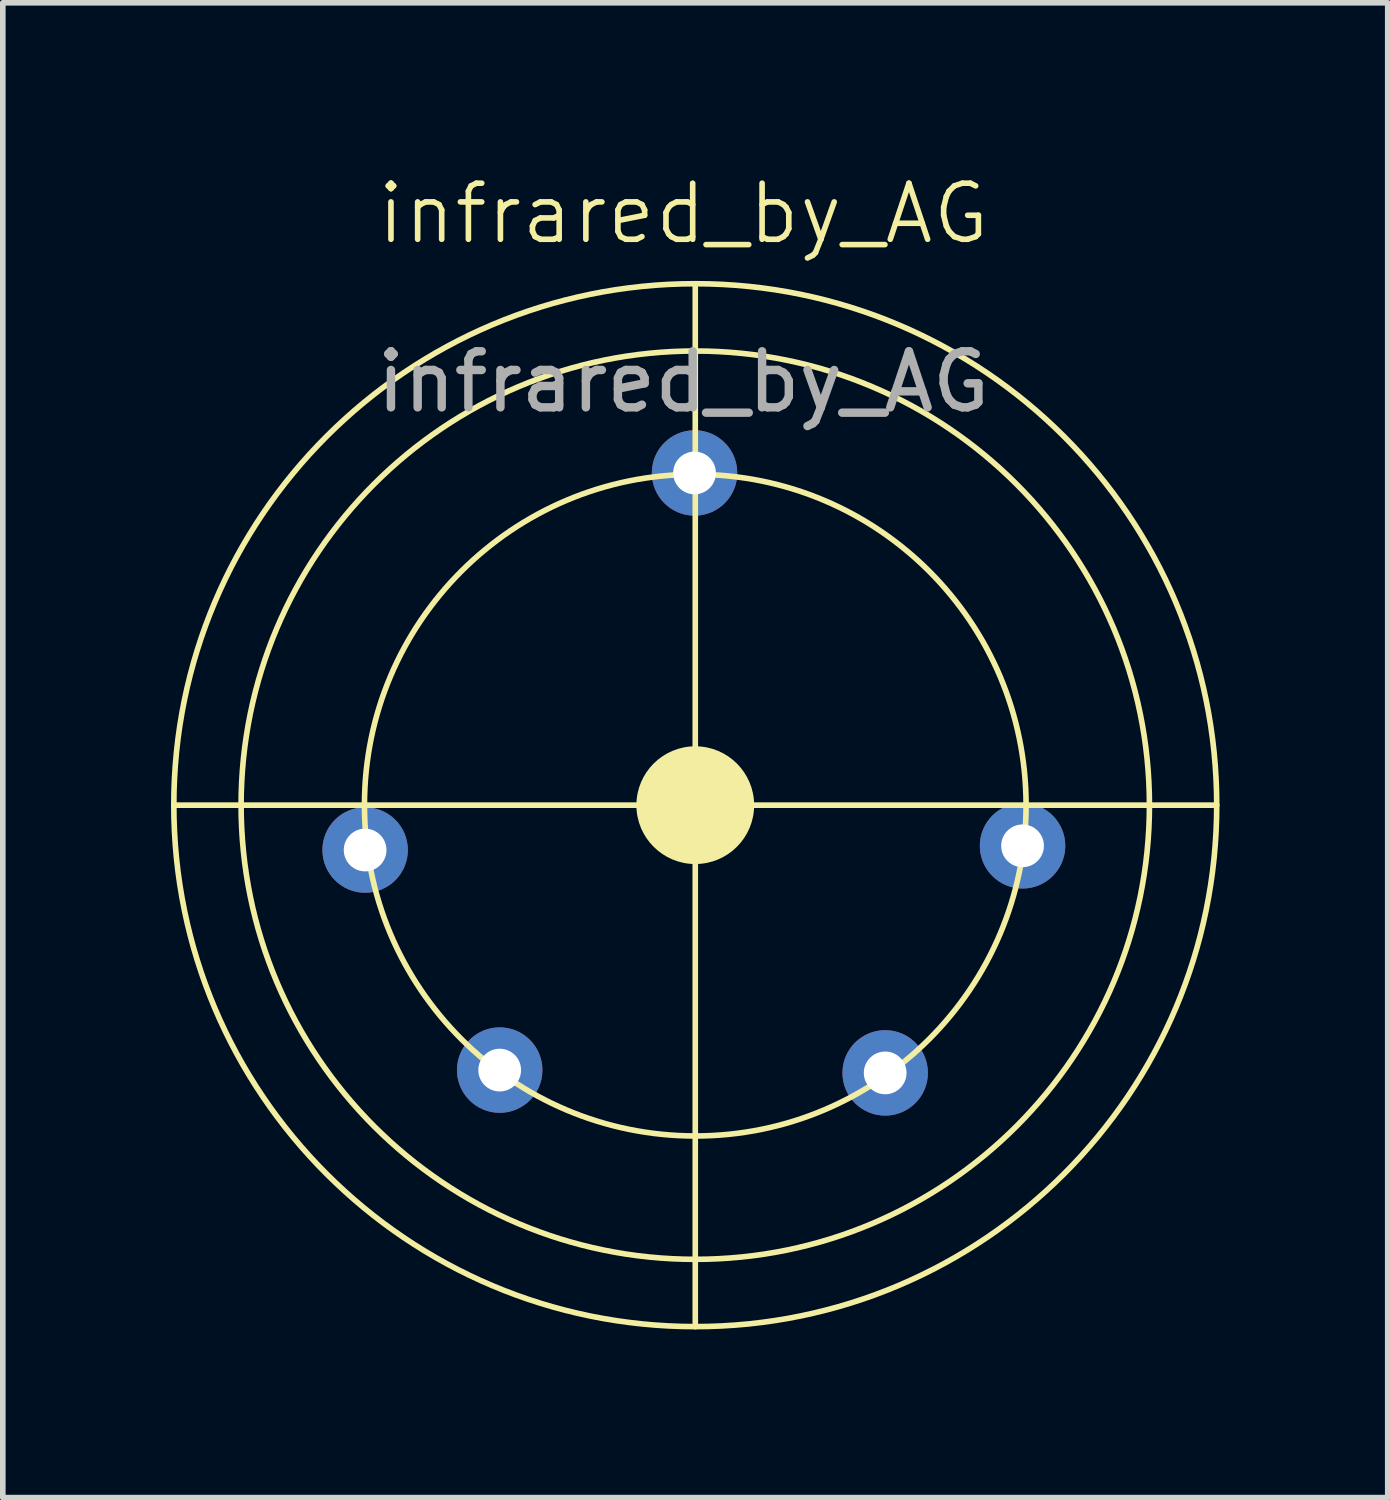
<source format=kicad_pcb>
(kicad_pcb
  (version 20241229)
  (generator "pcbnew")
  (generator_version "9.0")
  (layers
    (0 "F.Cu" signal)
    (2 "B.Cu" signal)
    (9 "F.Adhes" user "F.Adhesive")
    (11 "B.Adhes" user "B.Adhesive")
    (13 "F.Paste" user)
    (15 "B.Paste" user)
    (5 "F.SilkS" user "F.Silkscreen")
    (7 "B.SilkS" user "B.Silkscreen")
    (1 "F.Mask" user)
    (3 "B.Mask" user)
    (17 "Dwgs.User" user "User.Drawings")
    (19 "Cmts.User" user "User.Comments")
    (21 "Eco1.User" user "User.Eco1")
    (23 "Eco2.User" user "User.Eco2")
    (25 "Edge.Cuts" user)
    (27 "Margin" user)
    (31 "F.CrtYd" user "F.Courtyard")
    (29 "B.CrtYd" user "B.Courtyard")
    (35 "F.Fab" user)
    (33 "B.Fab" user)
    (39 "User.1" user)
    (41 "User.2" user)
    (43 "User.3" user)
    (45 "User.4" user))
  (footprint "infrared_by_AG"
    (layer "F.Cu")
    (at 9.137 1.26)
    (property "Reference" "infrared_by_AG" (at 0 -0.5 0) (unlocked yes) (layer "F.SilkS") (effects (font (size 1 1) (thickness 0.1))))
    (attr through_hole)
    (fp_line (start -9.087 10.05) (end 9.513 10.05) (stroke (width 0.1) (type default)) (layer "F.SilkS"))
    (fp_line (start 0.213 0.75) (end 0.213 19.35) (stroke (width 0.1) (type default)) (layer "F.SilkS"))
    (fp_circle (center 0.213 10.05) (end 1.213 10.05) (stroke (width 0.1) (type solid)) (fill yes) (layer "F.SilkS"))
    (fp_circle (center 0.213 10.05) (end 6.113 10.05) (stroke (width 0.1) (type default)) (fill no) (layer "F.SilkS"))
    (fp_circle (center 0.213 10.05) (end 8.313 10.05) (stroke (width 0.1) (type default)) (fill no) (layer "F.SilkS"))
    (fp_circle (center 0.213 10.05) (end 9.513 10.05) (stroke (width 0.1) (type default)) (fill no) (layer "F.SilkS"))
    (fp_text user "${REFERENCE}" (at 0 2.5 0) (unlocked yes) (layer "F.Fab") (effects (font (size 1 1) (thickness 0.15))))
    (pad "1" thru_hole circle (at 6.05 10.775) (size 1.524 1.524) (drill 0.762) (layers "*.Cu" "*.Mask"))
    (pad "2" thru_hole circle (at 3.6 14.825) (size 1.524 1.524) (drill 0.762) (layers "*.Cu" "*.Mask"))
    (pad "3" thru_hole circle (at -3.275 14.775) (size 1.524 1.524) (drill 0.762) (layers "*.Cu" "*.Mask"))
    (pad "4" thru_hole circle (at -5.675 10.85) (size 1.524 1.524) (drill 0.762) (layers "*.Cu" "*.Mask"))
    (pad "5" thru_hole circle (at 0.2 4.125) (size 1.524 1.524) (drill 0.762) (layers "*.Cu" "*.Mask")))
  (gr_rect
    (start -3 -3)
    (end 21.7 23.66)
    (stroke (width 0.1) (type default))
    (fill no)
    (layer "Edge.Cuts")))
</source>
